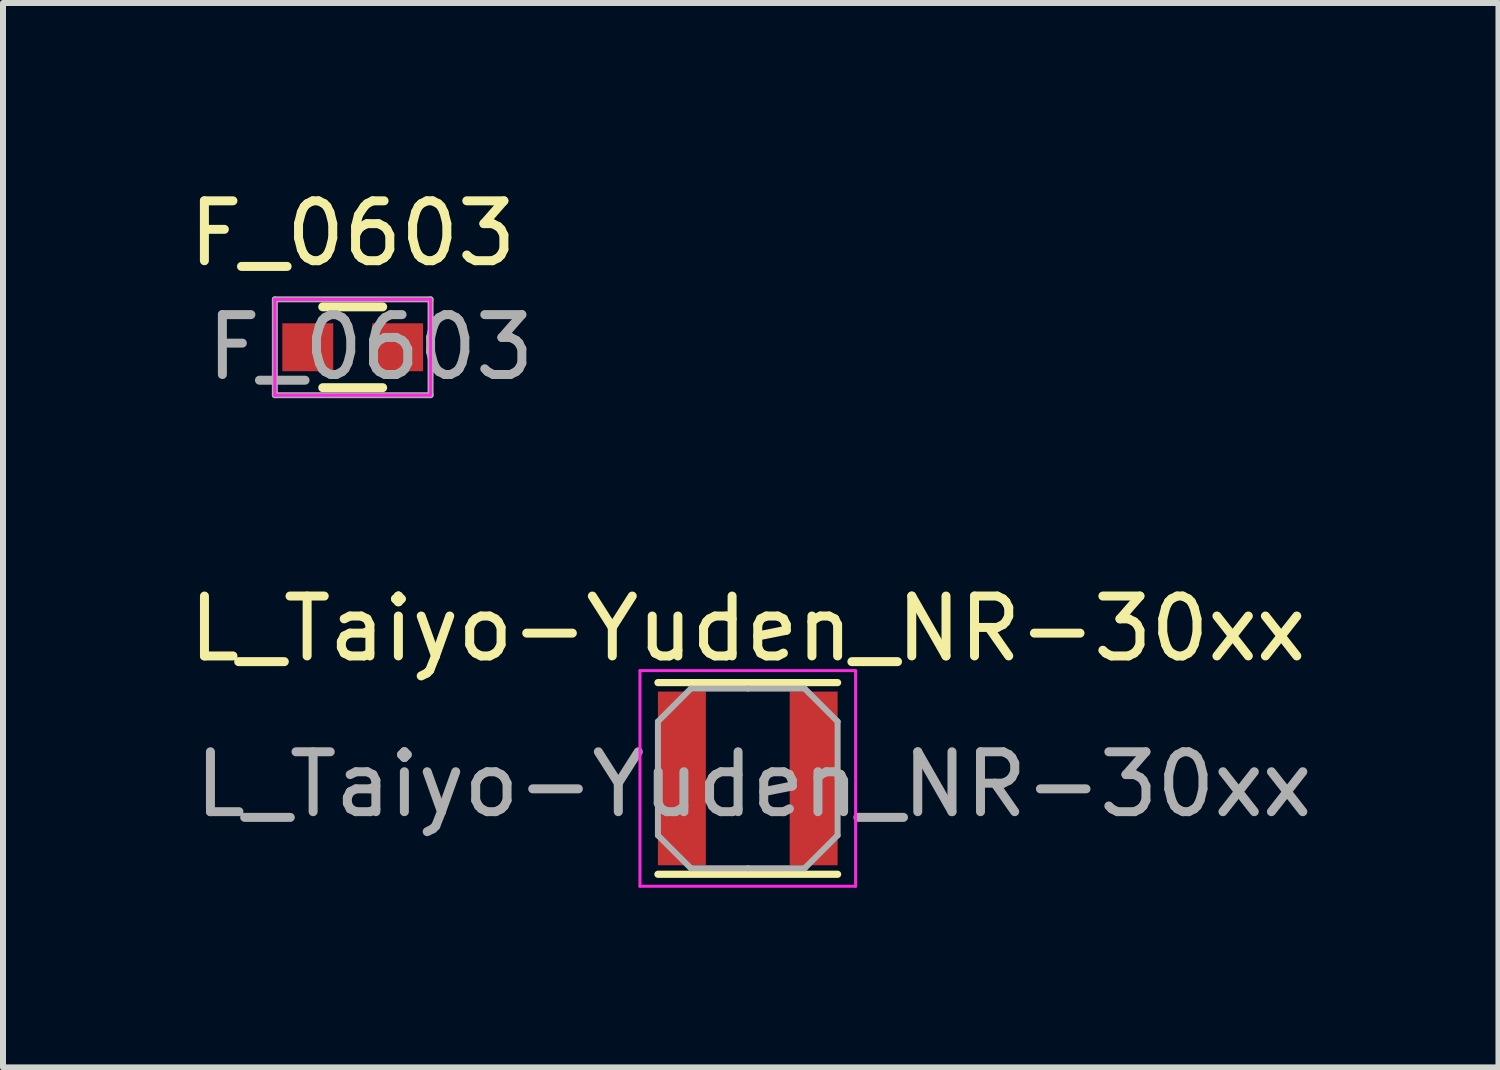
<source format=kicad_pcb>
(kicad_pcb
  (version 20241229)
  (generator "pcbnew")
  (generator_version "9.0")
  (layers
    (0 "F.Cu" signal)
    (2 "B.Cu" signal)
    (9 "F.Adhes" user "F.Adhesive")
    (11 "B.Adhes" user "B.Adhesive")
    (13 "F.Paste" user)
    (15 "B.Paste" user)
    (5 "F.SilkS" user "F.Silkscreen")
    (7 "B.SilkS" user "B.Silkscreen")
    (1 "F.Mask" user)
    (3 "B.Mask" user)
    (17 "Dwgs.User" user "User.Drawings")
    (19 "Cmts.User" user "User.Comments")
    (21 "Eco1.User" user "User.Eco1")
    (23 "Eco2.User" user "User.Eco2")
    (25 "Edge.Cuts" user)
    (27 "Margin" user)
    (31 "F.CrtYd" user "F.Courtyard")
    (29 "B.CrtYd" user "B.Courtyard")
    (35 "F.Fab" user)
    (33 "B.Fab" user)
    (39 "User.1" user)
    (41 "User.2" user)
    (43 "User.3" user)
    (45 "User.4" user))
  (footprint "L_Taiyo-Yuden_NR-30xx"
    (layer "F.Cu")
    (at 9.435 9.947)
    (property "Reference" "L_Taiyo-Yuden_NR-30xx" (at 0 -2.5 0) (layer "F.SilkS") (effects (font (size 1 1) (thickness 0.15))))
    (attr smd)
    (fp_line (start -1.5 -1.6) (end 1.5 -1.6) (stroke (width 0.12) (type solid)) (layer "F.SilkS"))
    (fp_line (start -1.5 1.6) (end 1.5 1.6) (stroke (width 0.12) (type solid)) (layer "F.SilkS"))
    (fp_line (start -1.8 -1.8) (end -1.8 1.8) (stroke (width 0.05) (type solid)) (layer "F.CrtYd"))
    (fp_line (start -1.8 1.8) (end 1.8 1.8) (stroke (width 0.05) (type solid)) (layer "F.CrtYd"))
    (fp_line (start 1.8 -1.8) (end -1.8 -1.8) (stroke (width 0.05) (type solid)) (layer "F.CrtYd"))
    (fp_line (start 1.8 1.8) (end 1.8 -1.8) (stroke (width 0.05) (type solid)) (layer "F.CrtYd"))
    (fp_line (start -1.5 -0.95) (end -0.95 -1.5) (stroke (width 0.1) (type solid)) (layer "F.Fab"))
    (fp_line (start -1.5 0) (end -1.5 -0.95) (stroke (width 0.1) (type solid)) (layer "F.Fab"))
    (fp_line (start -1.5 0) (end -1.5 0.95) (stroke (width 0.1) (type solid)) (layer "F.Fab"))
    (fp_line (start -1.5 0.95) (end -0.95 1.5) (stroke (width 0.1) (type solid)) (layer "F.Fab"))
    (fp_line (start -0.95 -1.5) (end 0 -1.5) (stroke (width 0.1) (type solid)) (layer "F.Fab"))
    (fp_line (start -0.95 1.5) (end 0 1.5) (stroke (width 0.1) (type solid)) (layer "F.Fab"))
    (fp_line (start 0.95 -1.5) (end 0 -1.5) (stroke (width 0.1) (type solid)) (layer "F.Fab"))
    (fp_line (start 0.95 1.5) (end 0 1.5) (stroke (width 0.1) (type solid)) (layer "F.Fab"))
    (fp_line (start 1.5 -0.95) (end 0.95 -1.5) (stroke (width 0.1) (type solid)) (layer "F.Fab"))
    (fp_line (start 1.5 0) (end 1.5 -0.95) (stroke (width 0.1) (type solid)) (layer "F.Fab"))
    (fp_line (start 1.5 0) (end 1.5 0.95) (stroke (width 0.1) (type solid)) (layer "F.Fab"))
    (fp_line (start 1.5 0.95) (end 0.95 1.5) (stroke (width 0.1) (type solid)) (layer "F.Fab"))
    (fp_text user "${REFERENCE}" (at 0.1 0.1 0) (layer "F.Fab") (effects (font (size 1 1) (thickness 0.15))))
    (pad "1" smd rect (at -1.1 0) (size 0.8 2.9) (layers "F.Cu" "F.Mask" "F.Paste"))
    (pad "2" smd rect (at 1.1 0) (size 0.8 2.9) (layers "F.Cu" "F.Mask" "F.Paste")))
  (footprint "F_0603"
    (layer "F.Cu")
    (at 2.839 2.748)
    (property "Reference" "F_0603" (at 0 -1.9 0) (layer "F.SilkS") (effects (font (size 1 1) (thickness 0.15))))
    (attr smd)
    (fp_line (start -0.5 -0.675) (end 0.5 -0.675) (stroke (width 0.15) (type solid)) (layer "F.SilkS"))
    (fp_line (start 0.5 0.675) (end -0.5 0.675) (stroke (width 0.15) (type solid)) (layer "F.SilkS"))
    (fp_line (start -1.3 -0.8) (end -1.3 0.8) (stroke (width 0.05) (type solid)) (layer "F.CrtYd"))
    (fp_line (start -1.3 -0.8) (end 1.3 -0.8) (stroke (width 0.05) (type solid)) (layer "F.CrtYd"))
    (fp_line (start -1.3 0.8) (end 1.3 0.8) (stroke (width 0.05) (type solid)) (layer "F.CrtYd"))
    (fp_line (start 1.3 -0.8) (end 1.3 0.8) (stroke (width 0.05) (type solid)) (layer "F.CrtYd"))
    (fp_line (start -1.3 -0.8) (end 1.3 -0.8) (stroke (width 0.1) (type solid)) (layer "F.Fab"))
    (fp_line (start -1.3 0.8) (end -1.3 -0.8) (stroke (width 0.1) (type solid)) (layer "F.Fab"))
    (fp_line (start 1.3 -0.8) (end 1.3 0.8) (stroke (width 0.1) (type solid)) (layer "F.Fab"))
    (fp_line (start 1.3 0.8) (end -1.3 0.8) (stroke (width 0.1) (type solid)) (layer "F.Fab"))
    (fp_text user "${REFERENCE}" (at 0.3 0 0) (layer "F.Fab") (effects (font (size 1 1) (thickness 0.15))))
    (pad "1" smd rect (at -0.75 0) (size 0.85 0.8) (layers "F.Cu" "F.Mask" "F.Paste"))
    (pad "2" smd rect (at 0.75 0) (size 0.85 0.8) (layers "F.Cu" "F.Mask" "F.Paste")))
  (gr_rect
    (start -3 -3)
    (end 21.969 14.771)
    (stroke (width 0.1) (type default))
    (fill no)
    (layer "Edge.Cuts")))
</source>
